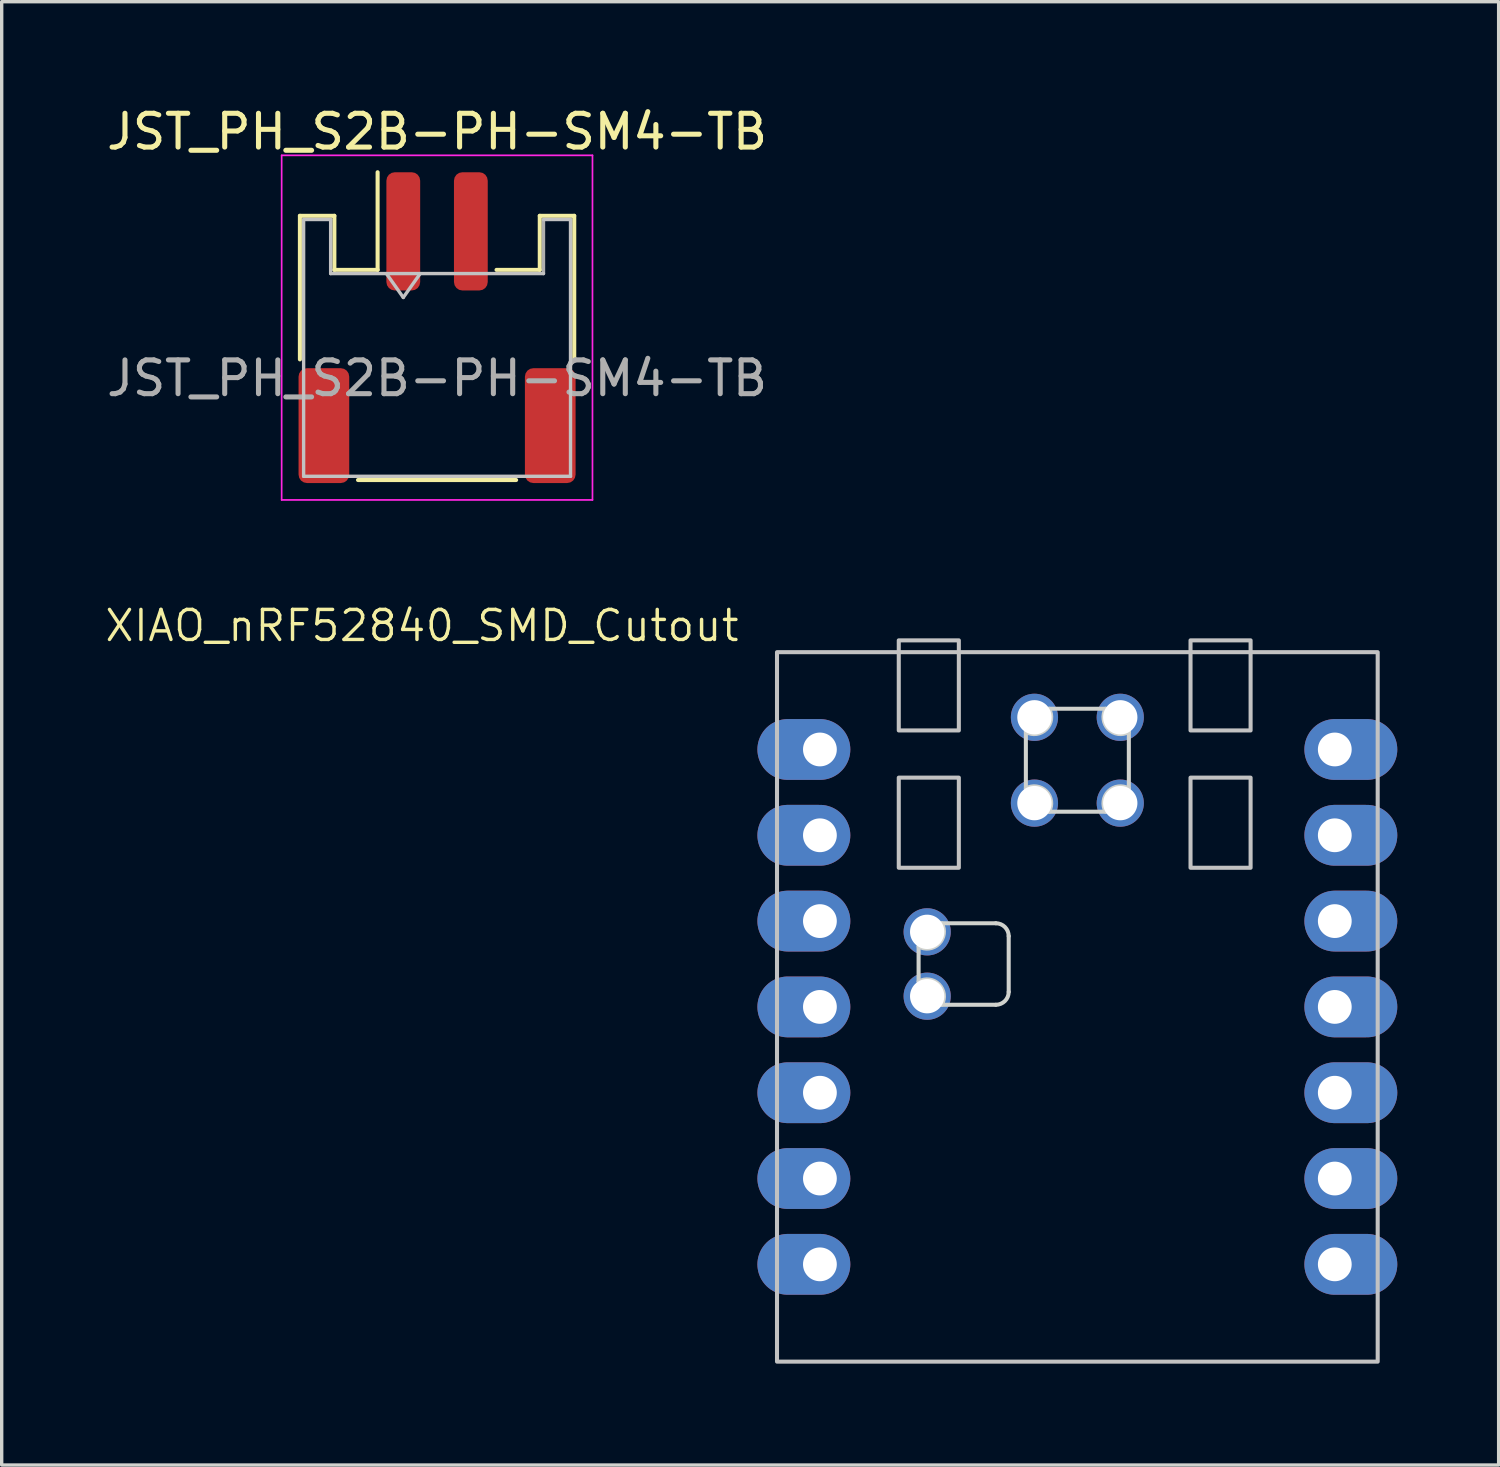
<source format=kicad_pcb>
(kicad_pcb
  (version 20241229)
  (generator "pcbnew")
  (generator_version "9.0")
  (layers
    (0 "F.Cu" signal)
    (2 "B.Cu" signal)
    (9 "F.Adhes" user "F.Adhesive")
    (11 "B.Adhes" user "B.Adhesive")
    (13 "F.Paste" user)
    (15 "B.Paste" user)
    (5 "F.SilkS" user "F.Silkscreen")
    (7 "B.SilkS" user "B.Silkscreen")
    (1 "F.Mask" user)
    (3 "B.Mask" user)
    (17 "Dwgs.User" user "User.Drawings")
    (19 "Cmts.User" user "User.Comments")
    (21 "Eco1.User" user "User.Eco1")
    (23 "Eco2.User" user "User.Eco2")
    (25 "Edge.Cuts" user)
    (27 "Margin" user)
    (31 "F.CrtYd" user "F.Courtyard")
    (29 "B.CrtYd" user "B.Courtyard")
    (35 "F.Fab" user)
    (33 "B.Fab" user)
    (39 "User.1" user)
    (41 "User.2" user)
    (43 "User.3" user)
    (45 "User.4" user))
  (footprint "XIAO_nRF52840_SMD_Cutout"
    (layer "F.Cu")
    (at 28.839 26.754)
    (property "Reference" "XIAO_nRF52840_SMD_Cutout" (at -19.399 -11.283 0) (layer "F.SilkS") (effects (font (size 0.889 0.889) (thickness 0.102))))
    (attr smd exclude_from_pos_files)
    (fp_rect (start -8.89 10.5) (end 8.89 -10.5) (stroke (width 0.12) (type solid)) (fill no) (layer "Dwgs.User"))
    (fp_rect (start -5.286 -6.786) (end -3.508 -4.119) (stroke (width 0.12) (type solid)) (fill no) (layer "Dwgs.User"))
    (fp_rect (start -3.508 -8.183) (end -5.286 -10.85) (stroke (width 0.12) (type solid)) (fill no) (layer "Dwgs.User"))
    (fp_rect (start 3.35 -10.85) (end 5.128 -8.183) (stroke (width 0.12) (type solid)) (fill no) (layer "Dwgs.User"))
    (fp_rect (start 3.35 -6.786) (end 5.128 -4.119) (stroke (width 0.12) (type solid)) (fill no) (layer "Dwgs.User"))
    (fp_line (start -4.699 -0.749) (end -4.699 -1.79) (stroke (width 0.12) (type solid)) (layer "Edge.Cuts"))
    (fp_line (start -4.013 -2.476) (end -2.413 -2.476) (stroke (width 0.12) (type solid)) (layer "Edge.Cuts"))
    (fp_line (start -2.413 -0.063) (end -4.013 -0.063) (stroke (width 0.12) (type solid)) (layer "Edge.Cuts"))
    (fp_line (start -2.032 -2.095) (end -2.032 -0.444) (stroke (width 0.12) (type solid)) (layer "Edge.Cuts"))
    (fp_line (start -1.524 -6.464) (end -1.524 -8.14) (stroke (width 0.12) (type solid)) (layer "Edge.Cuts"))
    (fp_line (start -0.838 -8.826) (end 0.838 -8.826) (stroke (width 0.12) (type solid)) (layer "Edge.Cuts"))
    (fp_line (start -0.838 -5.778) (end 0.838 -5.778) (stroke (width 0.12) (type solid)) (layer "Edge.Cuts"))
    (fp_line (start 1.524 -6.464) (end 1.524 -8.14) (stroke (width 0.12) (type solid)) (layer "Edge.Cuts"))
    (fp_arc (start -4.699 -0.7488) (mid -4.095391 -0.666609) (end -4.0132 -0.063) (stroke (width 0.12) (type solid)) (layer "Edge.Cuts"))
    (fp_arc (start -4.0132 -2.476) (mid -4.095391 -1.872391) (end -4.699 -1.7902) (stroke (width 0.12) (type solid)) (layer "Edge.Cuts"))
    (fp_arc (start -2.413 -2.476) (mid -2.143592 -2.364408) (end -2.032 -2.095) (stroke (width 0.12) (type solid)) (layer "Edge.Cuts"))
    (fp_arc (start -2.032 -0.444) (mid -2.143592 -0.174592) (end -2.413 -0.063) (stroke (width 0.12) (type solid)) (layer "Edge.Cuts"))
    (fp_arc (start -1.524 -6.4638) (mid -0.920391 -6.381609) (end -0.8382 -5.778) (stroke (width 0.12) (type solid)) (layer "Edge.Cuts"))
    (fp_arc (start -0.8382 -8.826) (mid -0.920391 -8.222391) (end -1.524 -8.1402) (stroke (width 0.12) (type solid)) (layer "Edge.Cuts"))
    (fp_arc (start 0.8382 -5.778) (mid 0.920391 -6.381609) (end 1.524 -6.4638) (stroke (width 0.12) (type solid)) (layer "Edge.Cuts"))
    (fp_arc (start 1.524 -8.1402) (mid 0.920391 -8.222391) (end 0.8382 -8.826) (stroke (width 0.12) (type solid)) (layer "Edge.Cuts"))
    (pad "1" thru_hole oval (at -7.62 -7.62) (size 2.75 1.8) (drill 1 (offset -0.475 0)) (layers "*.Cu" "*.Mask"))
    (pad "2" thru_hole oval (at -7.62 -5.08) (size 2.75 1.8) (drill 1 (offset -0.475 0)) (layers "*.Cu" "*.Mask"))
    (pad "3" thru_hole oval (at -7.62 -2.54) (size 2.75 1.8) (drill 1 (offset -0.475 0)) (layers "*.Cu" "*.Mask"))
    (pad "4" thru_hole oval (at -7.62 0) (size 2.75 1.8) (drill 1 (offset -0.475 0)) (layers "*.Cu" "*.Mask"))
    (pad "5" thru_hole oval (at -7.62 2.54) (size 2.75 1.8) (drill 1 (offset -0.475 0)) (layers "*.Cu" "*.Mask"))
    (pad "6" thru_hole oval (at -7.62 5.08) (size 2.75 1.8) (drill 1 (offset -0.475 0)) (layers "*.Cu" "*.Mask"))
    (pad "7" thru_hole oval (at -7.62 7.62) (size 2.75 1.8) (drill 1 (offset -0.475 0)) (layers "*.Cu" "*.Mask"))
    (pad "8" thru_hole oval (at 7.62 7.62 180) (size 2.75 1.8) (drill 1 (offset -0.475 0)) (layers "*.Cu" "*.Mask"))
    (pad "9" thru_hole oval (at 7.62 5.08 180) (size 2.75 1.8) (drill 1 (offset -0.475 0)) (layers "*.Cu" "*.Mask"))
    (pad "10" thru_hole oval (at 7.62 2.54 180) (size 2.75 1.8) (drill 1 (offset -0.475 0)) (layers "*.Cu" "*.Mask"))
    (pad "11" thru_hole oval (at 7.62 0 180) (size 2.75 1.8) (drill 1 (offset -0.475 0)) (layers "*.Cu" "*.Mask"))
    (pad "12" thru_hole oval (at 7.62 -2.54 180) (size 2.75 1.8) (drill 1 (offset -0.475 0)) (layers "*.Cu" "*.Mask"))
    (pad "13" thru_hole oval (at 7.62 -5.08 180) (size 2.75 1.8) (drill 1 (offset -0.475 0)) (layers "*.Cu" "*.Mask"))
    (pad "14" thru_hole oval (at 7.62 -7.62 180) (size 2.75 1.8) (drill 1 (offset -0.475 0)) (layers "*.Cu" "*.Mask"))
    (pad "15" thru_hole circle (at -1.27 -8.572 90) (size 1.397 1.397) (drill 1.016) (layers "*.Cu" "*.Mask"))
    (pad "16" thru_hole circle (at 1.27 -8.572 90) (size 1.397 1.397) (drill 1.016) (layers "*.Cu" "*.Mask"))
    (pad "17" thru_hole circle (at -1.27 -6.032 90) (size 1.397 1.397) (drill 1.016) (layers "*.Cu" "*.Mask"))
    (pad "18" thru_hole circle (at 1.27 -6.032 90) (size 1.397 1.397) (drill 1.016) (layers "*.Cu" "*.Mask"))
    (pad "19" thru_hole circle (at -4.445 -0.317 180) (size 1.397 1.397) (drill 1.016) (layers "*.Cu" "*.Mask"))
    (pad "20" thru_hole circle (at -4.445 -2.222 180) (size 1.397 1.397) (drill 1.016) (layers "*.Cu" "*.Mask")))
  (footprint "JST_PH_S2B-PH-SM4-TB"
    (layer "F.Cu")
    (at 9.887 6.648)
    (property "Reference" "JST_PH_S2B-PH-SM4-TB" (at 0 -5.8 0) (layer "F.SilkS") (effects (font (size 1 1) (thickness 0.15))))
    (attr smd)
    (fp_line (start -4.06 -3.31) (end -3.04 -3.31) (stroke (width 0.12) (type solid)) (layer "F.SilkS"))
    (fp_line (start -4.06 0.94) (end -4.06 -3.31) (stroke (width 0.12) (type solid)) (layer "F.SilkS"))
    (fp_line (start -3.04 -3.31) (end -3.04 -1.71) (stroke (width 0.12) (type solid)) (layer "F.SilkS"))
    (fp_line (start -3.04 -1.71) (end -1.76 -1.71) (stroke (width 0.12) (type solid)) (layer "F.SilkS"))
    (fp_line (start -2.34 4.51) (end 2.34 4.51) (stroke (width 0.12) (type solid)) (layer "F.SilkS"))
    (fp_line (start -1.76 -1.71) (end -1.76 -4.6) (stroke (width 0.12) (type solid)) (layer "F.SilkS"))
    (fp_line (start 3.04 -3.31) (end 3.04 -1.71) (stroke (width 0.12) (type solid)) (layer "F.SilkS"))
    (fp_line (start 3.04 -1.71) (end 1.76 -1.71) (stroke (width 0.12) (type solid)) (layer "F.SilkS"))
    (fp_line (start 4.06 -3.31) (end 3.04 -3.31) (stroke (width 0.12) (type solid)) (layer "F.SilkS"))
    (fp_line (start 4.06 0.94) (end 4.06 -3.31) (stroke (width 0.12) (type solid)) (layer "F.SilkS"))
    (fp_line (start -3.95 -3.2) (end -3.95 4.4) (stroke (width 0.1) (type solid)) (layer "Dwgs.User"))
    (fp_line (start -3.95 -3.2) (end -3.15 -3.2) (stroke (width 0.1) (type solid)) (layer "Dwgs.User"))
    (fp_line (start -3.95 4.4) (end 3.95 4.4) (stroke (width 0.1) (type solid)) (layer "Dwgs.User"))
    (fp_line (start -3.15 -3.2) (end -3.15 -1.6) (stroke (width 0.1) (type solid)) (layer "Dwgs.User"))
    (fp_line (start -3.15 -1.6) (end 3.15 -1.6) (stroke (width 0.1) (type solid)) (layer "Dwgs.User"))
    (fp_line (start -1.5 -1.6) (end -1 -0.893) (stroke (width 0.1) (type solid)) (layer "Dwgs.User"))
    (fp_line (start -1 -0.893) (end -0.5 -1.6) (stroke (width 0.1) (type solid)) (layer "Dwgs.User"))
    (fp_line (start 3.15 -3.2) (end 3.95 -3.2) (stroke (width 0.1) (type solid)) (layer "Dwgs.User"))
    (fp_line (start 3.95 -3.2) (end 3.95 4.4) (stroke (width 0.1) (type solid)) (layer "Dwgs.User"))
    (fp_line (start -4.6 -5.1) (end -4.6 5.1) (stroke (width 0.05) (type solid)) (layer "F.CrtYd"))
    (fp_line (start -4.6 5.1) (end 4.6 5.1) (stroke (width 0.05) (type solid)) (layer "F.CrtYd"))
    (fp_line (start 4.6 -5.1) (end -4.6 -5.1) (stroke (width 0.05) (type solid)) (layer "F.CrtYd"))
    (fp_line (start 4.6 5.1) (end 4.6 -5.1) (stroke (width 0.05) (type solid)) (layer "F.CrtYd"))
    (fp_line (start 3.15 -1.6) (end 3.15 -3.2) (stroke (width 0.1) (type solid)) (layer "F.Fab"))
    (fp_text user "${REFERENCE}" (at 0 1.5 0) (layer "F.Fab") (effects (font (size 1 1) (thickness 0.15))))
    (pad "1" smd roundrect (at -1 -2.85) (size 1 3.5) (layers "F.Cu" "F.Mask" "F.Paste") (roundrect_rratio 0.25))
    (pad "2" smd roundrect (at 1 -2.85) (size 1 3.5) (layers "F.Cu" "F.Mask" "F.Paste") (roundrect_rratio 0.25))
    (pad "MP" smd roundrect (at -3.35 2.9) (size 1.5 3.4) (layers "F.Cu" "F.Mask" "F.Paste") (roundrect_rratio 0.167))
    (pad "MP" smd roundrect (at 3.35 2.9) (size 1.5 3.4) (layers "F.Cu" "F.Mask" "F.Paste") (roundrect_rratio 0.167)))
  (gr_rect
    (start -3 -3)
    (end 41.309 40.314)
    (stroke (width 0.1) (type default))
    (fill no)
    (layer "Edge.Cuts")))
</source>
